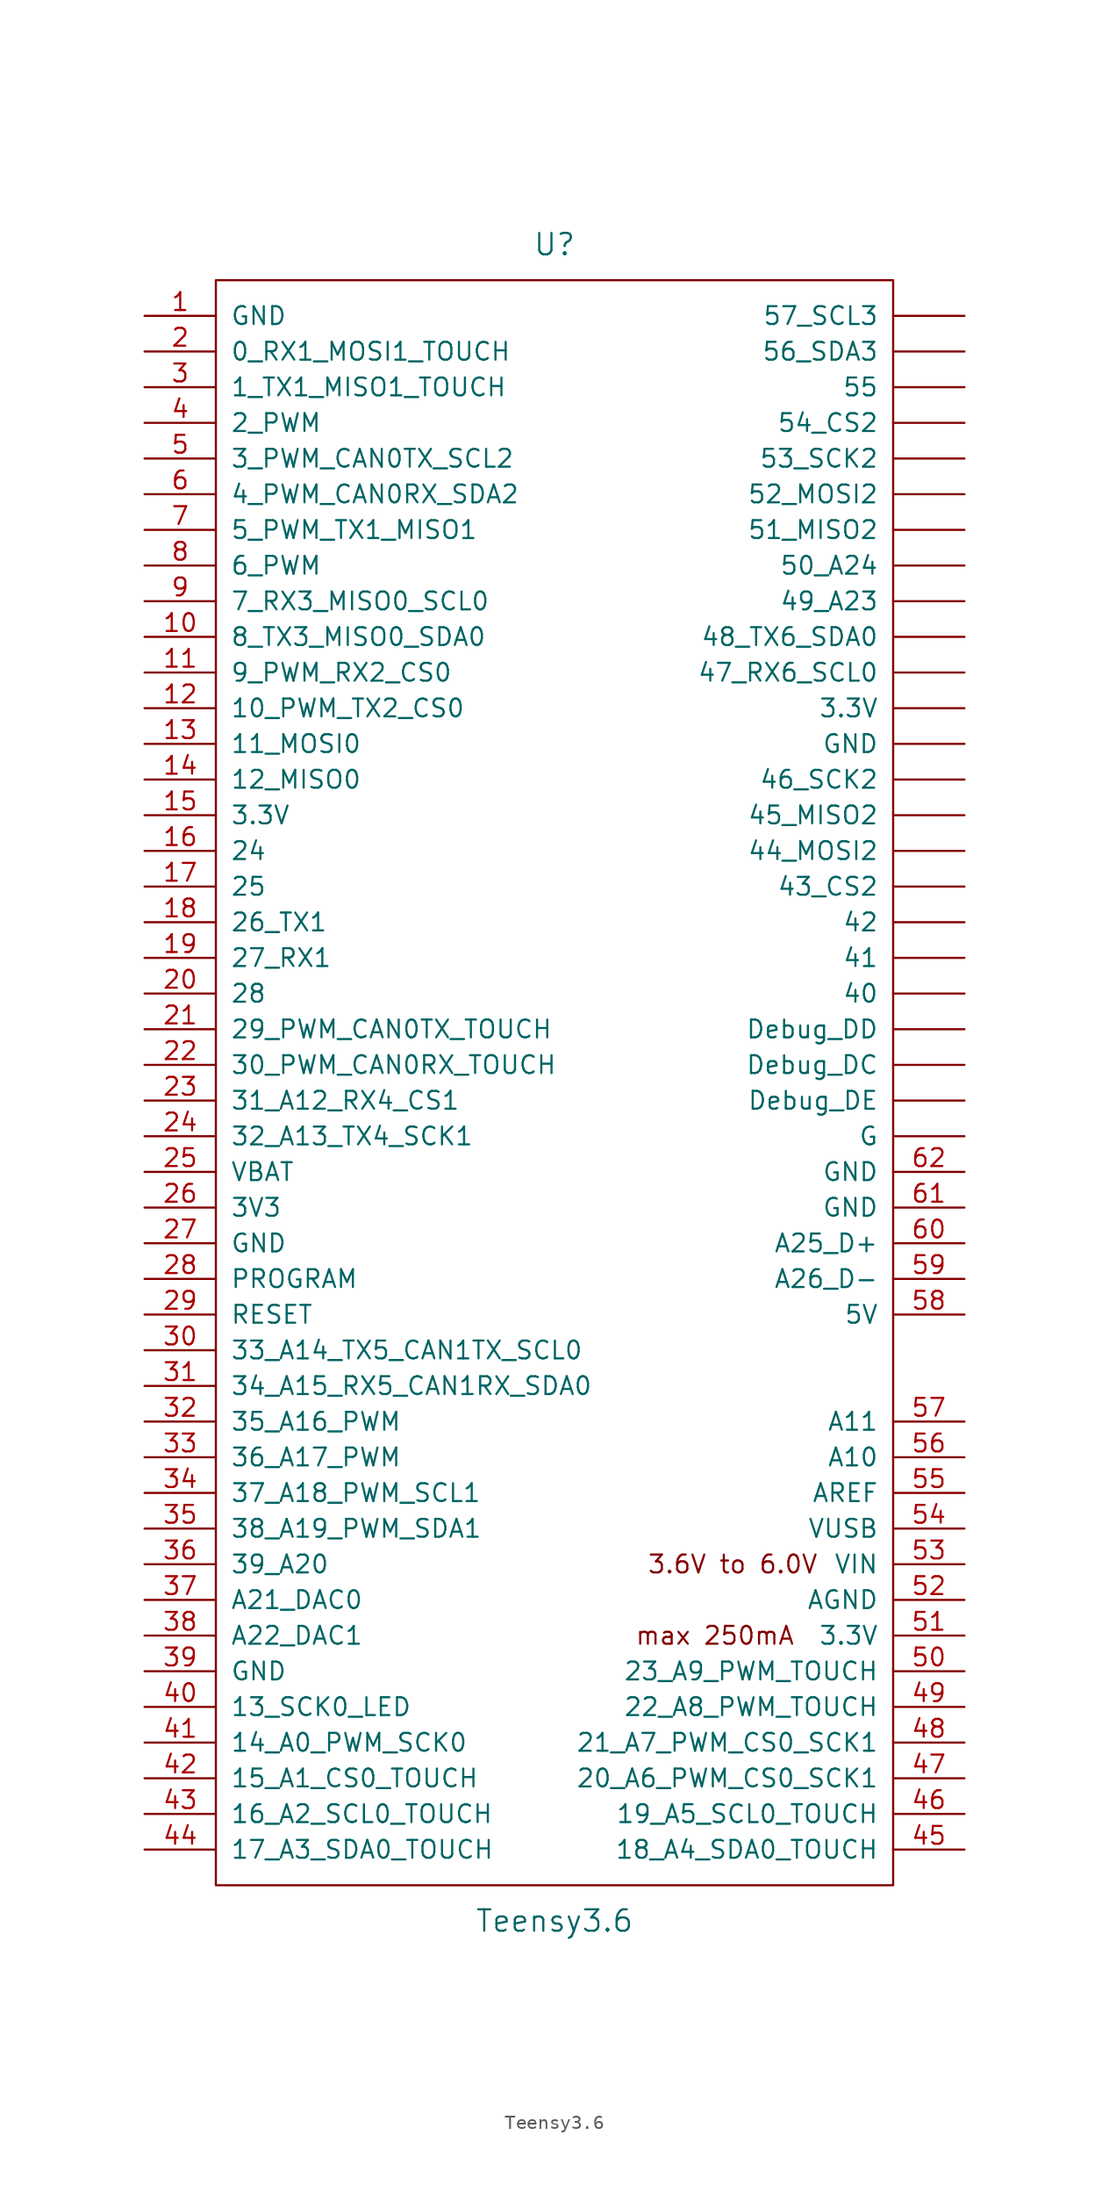
<source format=kicad_sym>
(kicad_symbol_lib
  (version 20241209)
  (generator "kicad_symbol_editor")
  (generator_version "9.0")
  (symbol "Teensy3.6"
    (pin_names
      (offset 1.016))
    (property "Reference" "U"
      (at 0 59.69 0)
      (effects (font (size 1.524 1.524))))
    (property "Value" "Teensy3.6"
      (at 0 -59.69 0)
      (effects (font (size 1.524 1.524))))
    (property "Footprint" ""
      (at 0 1.27 0)
      (effects (font (size 1.524 1.524))))
    (property "Datasheet" ""
      (at 0 1.27 0)
      (effects (font (size 1.524 1.524))))
    (symbol "Teensy3.6_0_0"
      (rectangle (start -24.13 57.15) (end 24.13 -57.15) (stroke (width 0) (type solid)) (fill (type none)))
      (text "max 250mA" (at 11.43 -39.37 0) (effects (font (size 1.27 1.27))))
      (text "3.6V to 6.0V" (at 12.7 -34.29 0) (effects (font (size 1.27 1.27)))))
    (symbol "Teensy3.6_1_1"
      (pin power_in line (at -29.21 54.61 0) (length 5.08) (name "GND" (effects (font (size 1.27 1.27)))) (number "1" (effects (font (size 1.27 1.27)))))
      (pin bidirectional line (at -29.21 52.07 0) (length 5.08) (name "0_RX1_MOSI1_TOUCH" (effects (font (size 1.27 1.27)))) (number "2" (effects (font (size 1.27 1.27)))))
      (pin bidirectional line (at -29.21 49.53 0) (length 5.08) (name "1_TX1_MISO1_TOUCH" (effects (font (size 1.27 1.27)))) (number "3" (effects (font (size 1.27 1.27)))))
      (pin bidirectional line (at -29.21 46.99 0) (length 5.08) (name "2_PWM" (effects (font (size 1.27 1.27)))) (number "4" (effects (font (size 1.27 1.27)))))
      (pin bidirectional line (at -29.21 44.45 0) (length 5.08) (name "3_PWM_CAN0TX_SCL2" (effects (font (size 1.27 1.27)))) (number "5" (effects (font (size 1.27 1.27)))))
      (pin bidirectional line (at -29.21 41.91 0) (length 5.08) (name "4_PWM_CAN0RX_SDA2" (effects (font (size 1.27 1.27)))) (number "6" (effects (font (size 1.27 1.27)))))
      (pin bidirectional line (at -29.21 39.37 0) (length 5.08) (name "5_PWM_TX1_MISO1" (effects (font (size 1.27 1.27)))) (number "7" (effects (font (size 1.27 1.27)))))
      (pin bidirectional line (at -29.21 36.83 0) (length 5.08) (name "6_PWM" (effects (font (size 1.27 1.27)))) (number "8" (effects (font (size 1.27 1.27)))))
      (pin bidirectional line (at -29.21 34.29 0) (length 5.08) (name "7_RX3_MISO0_SCL0" (effects (font (size 1.27 1.27)))) (number "9" (effects (font (size 1.27 1.27)))))
      (pin bidirectional line (at -29.21 31.75 0) (length 5.08) (name "8_TX3_MISO0_SDA0" (effects (font (size 1.27 1.27)))) (number "10" (effects (font (size 1.27 1.27)))))
      (pin bidirectional line (at -29.21 29.21 0) (length 5.08) (name "9_PWM_RX2_CS0" (effects (font (size 1.27 1.27)))) (number "11" (effects (font (size 1.27 1.27)))))
      (pin bidirectional line (at -29.21 26.67 0) (length 5.08) (name "10_PWM_TX2_CS0" (effects (font (size 1.27 1.27)))) (number "12" (effects (font (size 1.27 1.27)))))
      (pin bidirectional line (at -29.21 24.13 0) (length 5.08) (name "11_MOSI0" (effects (font (size 1.27 1.27)))) (number "13" (effects (font (size 1.27 1.27)))))
      (pin bidirectional line (at -29.21 21.59 0) (length 5.08) (name "12_MISO0" (effects (font (size 1.27 1.27)))) (number "14" (effects (font (size 1.27 1.27)))))
      (pin power_in line (at -29.21 19.05 0) (length 5.08) (name "3.3V" (effects (font (size 1.27 1.27)))) (number "15" (effects (font (size 1.27 1.27)))))
      (pin bidirectional line (at -29.21 16.51 0) (length 5.08) (name "24" (effects (font (size 1.27 1.27)))) (number "16" (effects (font (size 1.27 1.27)))))
      (pin bidirectional line (at -29.21 13.97 0) (length 5.08) (name "25" (effects (font (size 1.27 1.27)))) (number "17" (effects (font (size 1.27 1.27)))))
      (pin bidirectional line (at -29.21 11.43 0) (length 5.08) (name "26_TX1" (effects (font (size 1.27 1.27)))) (number "18" (effects (font (size 1.27 1.27)))))
      (pin bidirectional line (at -29.21 8.89 0) (length 5.08) (name "27_RX1" (effects (font (size 1.27 1.27)))) (number "19" (effects (font (size 1.27 1.27)))))
      (pin bidirectional line (at -29.21 6.35 0) (length 5.08) (name "28" (effects (font (size 1.27 1.27)))) (number "20" (effects (font (size 1.27 1.27)))))
      (pin bidirectional line (at -29.21 3.81 0) (length 5.08) (name "29_PWM_CAN0TX_TOUCH" (effects (font (size 1.27 1.27)))) (number "21" (effects (font (size 1.27 1.27)))))
      (pin bidirectional line (at -29.21 1.27 0) (length 5.08) (name "30_PWM_CAN0RX_TOUCH" (effects (font (size 1.27 1.27)))) (number "22" (effects (font (size 1.27 1.27)))))
      (pin bidirectional line (at -29.21 -1.27 0) (length 5.08) (name "31_A12_RX4_CS1" (effects (font (size 1.27 1.27)))) (number "23" (effects (font (size 1.27 1.27)))))
      (pin bidirectional line (at -29.21 -3.81 0) (length 5.08) (name "32_A13_TX4_SCK1" (effects (font (size 1.27 1.27)))) (number "24" (effects (font (size 1.27 1.27)))))
      (pin power_in line (at -29.21 -6.35 0) (length 5.08) (name "VBAT" (effects (font (size 1.27 1.27)))) (number "25" (effects (font (size 1.27 1.27)))))
      (pin power_in line (at -29.21 -8.89 0) (length 5.08) (name "3V3" (effects (font (size 1.27 1.27)))) (number "26" (effects (font (size 1.27 1.27)))))
      (pin power_in line (at -29.21 -11.43 0) (length 5.08) (name "GND" (effects (font (size 1.27 1.27)))) (number "27" (effects (font (size 1.27 1.27)))))
      (pin input line (at -29.21 -13.97 0) (length 5.08) (name "PROGRAM" (effects (font (size 1.27 1.27)))) (number "28" (effects (font (size 1.27 1.27)))))
      (pin input line (at -29.21 -16.51 0) (length 5.08) (name "RESET" (effects (font (size 1.27 1.27)))) (number "29" (effects (font (size 1.27 1.27)))))
      (pin bidirectional line (at -29.21 -19.05 0) (length 5.08) (name "33_A14_TX5_CAN1TX_SCL0" (effects (font (size 1.27 1.27)))) (number "30" (effects (font (size 1.27 1.27)))))
      (pin bidirectional line (at -29.21 -21.59 0) (length 5.08) (name "34_A15_RX5_CAN1RX_SDA0" (effects (font (size 1.27 1.27)))) (number "31" (effects (font (size 1.27 1.27)))))
      (pin bidirectional line (at -29.21 -24.13 0) (length 5.08) (name "35_A16_PWM" (effects (font (size 1.27 1.27)))) (number "32" (effects (font (size 1.27 1.27)))))
      (pin bidirectional line (at -29.21 -26.67 0) (length 5.08) (name "36_A17_PWM" (effects (font (size 1.27 1.27)))) (number "33" (effects (font (size 1.27 1.27)))))
      (pin bidirectional line (at -29.21 -29.21 0) (length 5.08) (name "37_A18_PWM_SCL1" (effects (font (size 1.27 1.27)))) (number "34" (effects (font (size 1.27 1.27)))))
      (pin bidirectional line (at -29.21 -31.75 0) (length 5.08) (name "38_A19_PWM_SDA1" (effects (font (size 1.27 1.27)))) (number "35" (effects (font (size 1.27 1.27)))))
      (pin bidirectional line (at -29.21 -34.29 0) (length 5.08) (name "39_A20" (effects (font (size 1.27 1.27)))) (number "36" (effects (font (size 1.27 1.27)))))
      (pin bidirectional line (at -29.21 -36.83 0) (length 5.08) (name "A21_DAC0" (effects (font (size 1.27 1.27)))) (number "37" (effects (font (size 1.27 1.27)))))
      (pin bidirectional line (at -29.21 -39.37 0) (length 5.08) (name "A22_DAC1" (effects (font (size 1.27 1.27)))) (number "38" (effects (font (size 1.27 1.27)))))
      (pin power_in line (at -29.21 -41.91 0) (length 5.08) (name "GND" (effects (font (size 1.27 1.27)))) (number "39" (effects (font (size 1.27 1.27)))))
      (pin bidirectional line (at -29.21 -44.45 0) (length 5.08) (name "13_SCK0_LED" (effects (font (size 1.27 1.27)))) (number "40" (effects (font (size 1.27 1.27)))))
      (pin bidirectional line (at -29.21 -46.99 0) (length 5.08) (name "14_A0_PWM_SCK0" (effects (font (size 1.27 1.27)))) (number "41" (effects (font (size 1.27 1.27)))))
      (pin bidirectional line (at -29.21 -49.53 0) (length 5.08) (name "15_A1_CS0_TOUCH" (effects (font (size 1.27 1.27)))) (number "42" (effects (font (size 1.27 1.27)))))
      (pin bidirectional line (at -29.21 -52.07 0) (length 5.08) (name "16_A2_SCL0_TOUCH" (effects (font (size 1.27 1.27)))) (number "43" (effects (font (size 1.27 1.27)))))
      (pin bidirectional line (at -29.21 -54.61 0) (length 5.08) (name "17_A3_SDA0_TOUCH" (effects (font (size 1.27 1.27)))) (number "44" (effects (font (size 1.27 1.27)))))
      (pin bidirectional line (at 29.21 54.61 180) (length 5.08) (name "57_SCL3" (effects (font (size 1.27 1.27)))) (number "~" (effects (font (size 1.27 1.27)))))
      (pin bidirectional line (at 29.21 52.07 180) (length 5.08) (name "56_SDA3" (effects (font (size 1.27 1.27)))) (number "~" (effects (font (size 1.27 1.27)))))
      (pin bidirectional line (at 29.21 49.53 180) (length 5.08) (name "55" (effects (font (size 1.27 1.27)))) (number "~" (effects (font (size 1.27 1.27)))))
      (pin bidirectional line (at 29.21 46.99 180) (length 5.08) (name "54_CS2" (effects (font (size 1.27 1.27)))) (number "~" (effects (font (size 1.27 1.27)))))
      (pin bidirectional line (at 29.21 44.45 180) (length 5.08) (name "53_SCK2" (effects (font (size 1.27 1.27)))) (number "~" (effects (font (size 1.27 1.27)))))
      (pin bidirectional line (at 29.21 41.91 180) (length 5.08) (name "52_MOSI2" (effects (font (size 1.27 1.27)))) (number "~" (effects (font (size 1.27 1.27)))))
      (pin bidirectional line (at 29.21 39.37 180) (length 5.08) (name "51_MISO2" (effects (font (size 1.27 1.27)))) (number "~" (effects (font (size 1.27 1.27)))))
      (pin bidirectional line (at 29.21 36.83 180) (length 5.08) (name "50_A24" (effects (font (size 1.27 1.27)))) (number "~" (effects (font (size 1.27 1.27)))))
      (pin bidirectional line (at 29.21 34.29 180) (length 5.08) (name "49_A23" (effects (font (size 1.27 1.27)))) (number "~" (effects (font (size 1.27 1.27)))))
      (pin bidirectional line (at 29.21 31.75 180) (length 5.08) (name "48_TX6_SDA0" (effects (font (size 1.27 1.27)))) (number "~" (effects (font (size 1.27 1.27)))))
      (pin bidirectional line (at 29.21 29.21 180) (length 5.08) (name "47_RX6_SCL0" (effects (font (size 1.27 1.27)))) (number "~" (effects (font (size 1.27 1.27)))))
      (pin power_in line (at 29.21 26.67 180) (length 5.08) (name "3.3V" (effects (font (size 1.27 1.27)))) (number "~" (effects (font (size 1.27 1.27)))))
      (pin power_in line (at 29.21 24.13 180) (length 5.08) (name "GND" (effects (font (size 1.27 1.27)))) (number "~" (effects (font (size 1.27 1.27)))))
      (pin bidirectional line (at 29.21 21.59 180) (length 5.08) (name "46_SCK2" (effects (font (size 1.27 1.27)))) (number "~" (effects (font (size 1.27 1.27)))))
      (pin bidirectional line (at 29.21 19.05 180) (length 5.08) (name "45_MISO2" (effects (font (size 1.27 1.27)))) (number "~" (effects (font (size 1.27 1.27)))))
      (pin bidirectional line (at 29.21 16.51 180) (length 5.08) (name "44_MOSI2" (effects (font (size 1.27 1.27)))) (number "~" (effects (font (size 1.27 1.27)))))
      (pin bidirectional line (at 29.21 13.97 180) (length 5.08) (name "43_CS2" (effects (font (size 1.27 1.27)))) (number "~" (effects (font (size 1.27 1.27)))))
      (pin bidirectional line (at 29.21 11.43 180) (length 5.08) (name "42" (effects (font (size 1.27 1.27)))) (number "~" (effects (font (size 1.27 1.27)))))
      (pin bidirectional line (at 29.21 8.89 180) (length 5.08) (name "41" (effects (font (size 1.27 1.27)))) (number "~" (effects (font (size 1.27 1.27)))))
      (pin bidirectional line (at 29.21 6.35 180) (length 5.08) (name "40" (effects (font (size 1.27 1.27)))) (number "~" (effects (font (size 1.27 1.27)))))
      (pin input line (at 29.21 3.81 180) (length 5.08) (name "Debug_DD" (effects (font (size 1.27 1.27)))) (number "~" (effects (font (size 1.27 1.27)))))
      (pin input line (at 29.21 1.27 180) (length 5.08) (name "Debug_DC" (effects (font (size 1.27 1.27)))) (number "~" (effects (font (size 1.27 1.27)))))
      (pin input line (at 29.21 -1.27 180) (length 5.08) (name "Debug_DE" (effects (font (size 1.27 1.27)))) (number "~" (effects (font (size 1.27 1.27)))))
      (pin power_in line (at 29.21 -3.81 180) (length 5.08) (name "G" (effects (font (size 1.27 1.27)))) (number "~" (effects (font (size 1.27 1.27)))))
      (pin power_in line (at 29.21 -6.35 180) (length 5.08) (name "GND" (effects (font (size 1.27 1.27)))) (number "62" (effects (font (size 1.27 1.27)))))
      (pin power_in line (at 29.21 -8.89 180) (length 5.08) (name "GND" (effects (font (size 1.27 1.27)))) (number "61" (effects (font (size 1.27 1.27)))))
      (pin bidirectional line (at 29.21 -11.43 180) (length 5.08) (name "A25_D+" (effects (font (size 1.27 1.27)))) (number "60" (effects (font (size 1.27 1.27)))))
      (pin bidirectional line (at 29.21 -13.97 180) (length 5.08) (name "A26_D-" (effects (font (size 1.27 1.27)))) (number "59" (effects (font (size 1.27 1.27)))))
      (pin power_in line (at 29.21 -16.51 180) (length 5.08) (name "5V" (effects (font (size 1.27 1.27)))) (number "58" (effects (font (size 1.27 1.27)))))
      (pin bidirectional line (at 29.21 -24.13 180) (length 5.08) (name "A11" (effects (font (size 1.27 1.27)))) (number "57" (effects (font (size 1.27 1.27)))))
      (pin bidirectional line (at 29.21 -26.67 180) (length 5.08) (name "A10" (effects (font (size 1.27 1.27)))) (number "56" (effects (font (size 1.27 1.27)))))
      (pin input line (at 29.21 -29.21 180) (length 5.08) (name "AREF" (effects (font (size 1.27 1.27)))) (number "55" (effects (font (size 1.27 1.27)))))
      (pin power_in line (at 29.21 -31.75 180) (length 5.08) (name "VUSB" (effects (font (size 1.27 1.27)))) (number "54" (effects (font (size 1.27 1.27)))))
      (pin power_in line (at 29.21 -34.29 180) (length 5.08) (name "VIN" (effects (font (size 1.27 1.27)))) (number "53" (effects (font (size 1.27 1.27)))))
      (pin power_out line (at 29.21 -36.83 180) (length 5.08) (name "AGND" (effects (font (size 1.27 1.27)))) (number "52" (effects (font (size 1.27 1.27)))))
      (pin power_out line (at 29.21 -39.37 180) (length 5.08) (name "3.3V" (effects (font (size 1.27 1.27)))) (number "51" (effects (font (size 1.27 1.27)))))
      (pin bidirectional line (at 29.21 -41.91 180) (length 5.08) (name "23_A9_PWM_TOUCH" (effects (font (size 1.27 1.27)))) (number "50" (effects (font (size 1.27 1.27)))))
      (pin bidirectional line (at 29.21 -44.45 180) (length 5.08) (name "22_A8_PWM_TOUCH" (effects (font (size 1.27 1.27)))) (number "49" (effects (font (size 1.27 1.27)))))
      (pin bidirectional line (at 29.21 -46.99 180) (length 5.08) (name "21_A7_PWM_CS0_SCK1" (effects (font (size 1.27 1.27)))) (number "48" (effects (font (size 1.27 1.27)))))
      (pin bidirectional line (at 29.21 -49.53 180) (length 5.08) (name "20_A6_PWM_CS0_SCK1" (effects (font (size 1.27 1.27)))) (number "47" (effects (font (size 1.27 1.27)))))
      (pin bidirectional line (at 29.21 -52.07 180) (length 5.08) (name "19_A5_SCL0_TOUCH" (effects (font (size 1.27 1.27)))) (number "46" (effects (font (size 1.27 1.27)))))
      (pin bidirectional line (at 29.21 -54.61 180) (length 5.08) (name "18_A4_SDA0_TOUCH" (effects (font (size 1.27 1.27)))) (number "45" (effects (font (size 1.27 1.27))))))))
</source>
